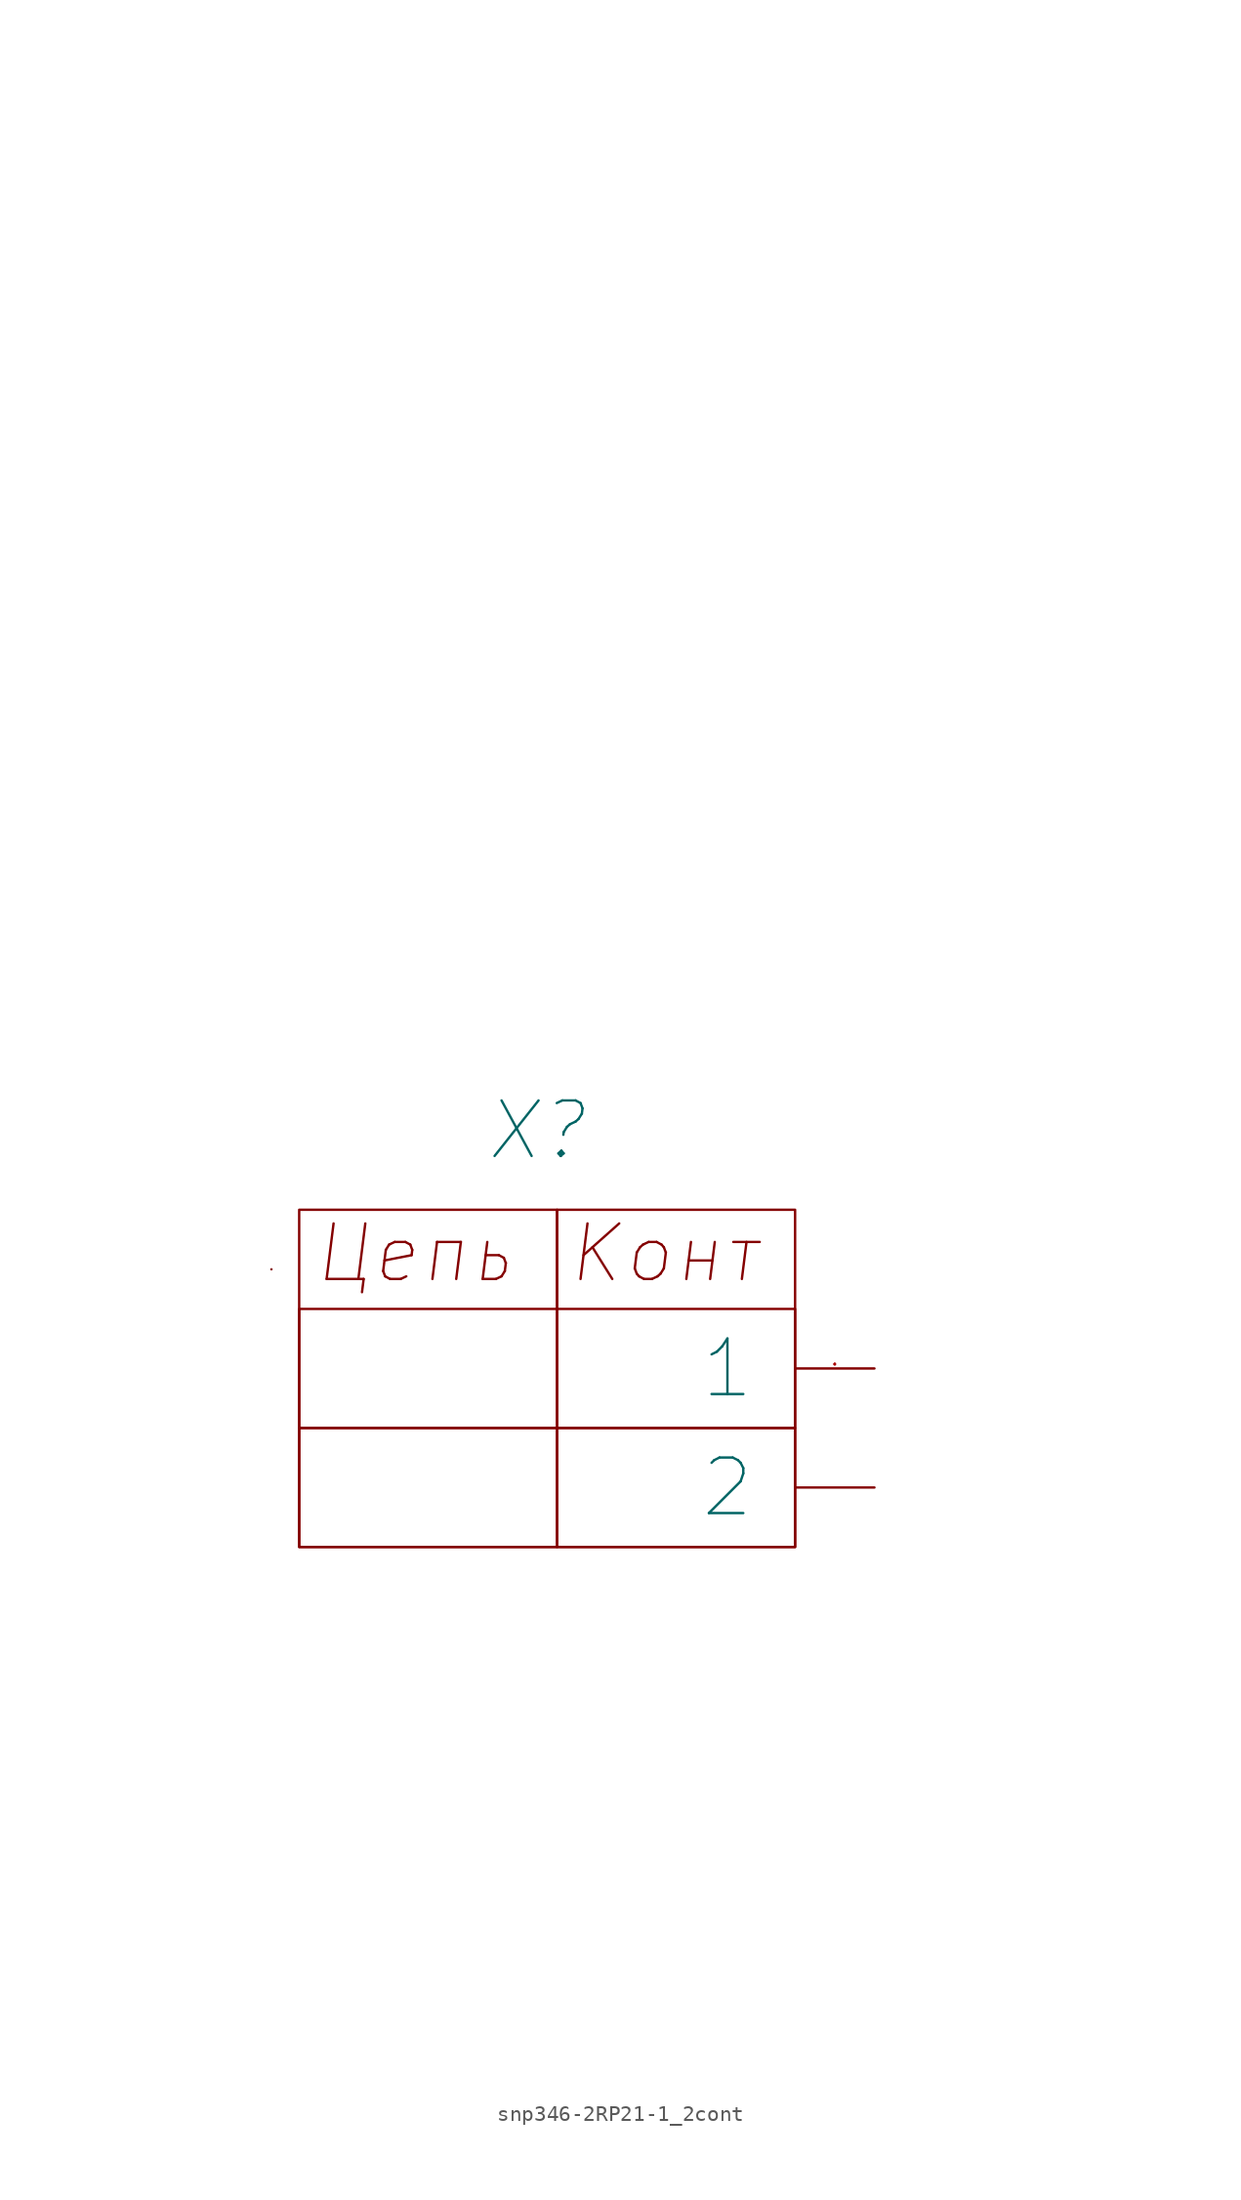
<source format=kicad_sym>
(kicad_symbol_lib
  (version 20201005)
  (generator kicad_symbol_editor)
  (symbol "power_modules:snp346-2RP21-1_2cont"
    (pin_names
      (offset 2.54))
    (property "Reference" "X"
      (at -21.59 15.24 0)
      (effects (font (size 3.556 3.556) italic)))
    (property "PIN1" "  "
      (at -8.89 5.334 0)
      (effects (font (size 2.007 2.007) italic)))
    (property "PIN2" "   "
      (at -41.91 0 0)
      (effects (font (size 2.007 2.007) italic)))
    (property "PIN3" " "
      (at -41.91 -5.08 0)
      (effects (font (size 2.007 2.007) italic)))
    (property "PIN4" "  "
      (at -44.45 71.12 0)
      (effects (font (size 2.007 2.007) italic)))
    (property "PIN5" " "
      (at -44.45 66.04 0)
      (effects (font (size 2.007 2.007) italic)))
    (symbol "snp346-2RP21-1_2cont_0_0"
      (pin passive line (at 0 0 180) (length 5.08) (name "1" (effects (font (size 3.556 3.556)))) (number "1" (effects (font (size 0.025 0.025)))))
      (pin passive line (at 0 -7.62 180) (length 5.08) (name "2" (effects (font (size 3.556 3.556)))) (number "2" (effects (font (size 0 0))))))
    (symbol "snp346-2RP21-1_2cont_1_1"
      (text " " (at 9.906 -12.7 0) (effects (font (size 2.007 2.007) italic)))
      (text " " (at 9.906 -7.62 0) (effects (font (size 2.007 2.007) italic)))
      (text " " (at 9.906 -2.54 0) (effects (font (size 2.007 2.007) italic)))
      (text " " (at 9.906 2.54 0) (effects (font (size 2.007 2.007) italic)))
      (text " " (at 9.906 17.78 0) (effects (font (size 2.007 2.007) italic)))
      (text " " (at 12.446 -34.29 0) (effects (font (size 2.007 2.007) italic)))
      (text " " (at 12.446 -29.21 0) (effects (font (size 2.007 2.007) italic)))
      (text " " (at 12.446 -24.13 0) (effects (font (size 2.007 2.007) italic)))
      (text "Конт" (at -13.462 7.366 0) (effects (font (size 3.556 3.556) italic)))
      (text "Цепь" (at -29.464 7.366 0) (effects (font (size 3.556 3.556) italic)))
      (rectangle (start -38.608 6.35) (end -38.608 6.35) (stroke (width 0)) (fill (type none)))
      (rectangle (start -36.83 -3.81) (end -5.08 -11.43) (stroke (width 0)) (fill (type none)))
      (rectangle (start -36.83 3.81) (end -5.08 -3.81) (stroke (width 0)) (fill (type none)))
      (rectangle (start -36.83 10.16) (end -20.32 -11.43) (stroke (width 0)) (fill (type none)))
      (rectangle (start -20.32 10.16) (end -5.08 -11.43) (stroke (width 0)) (fill (type none))))))
</source>
